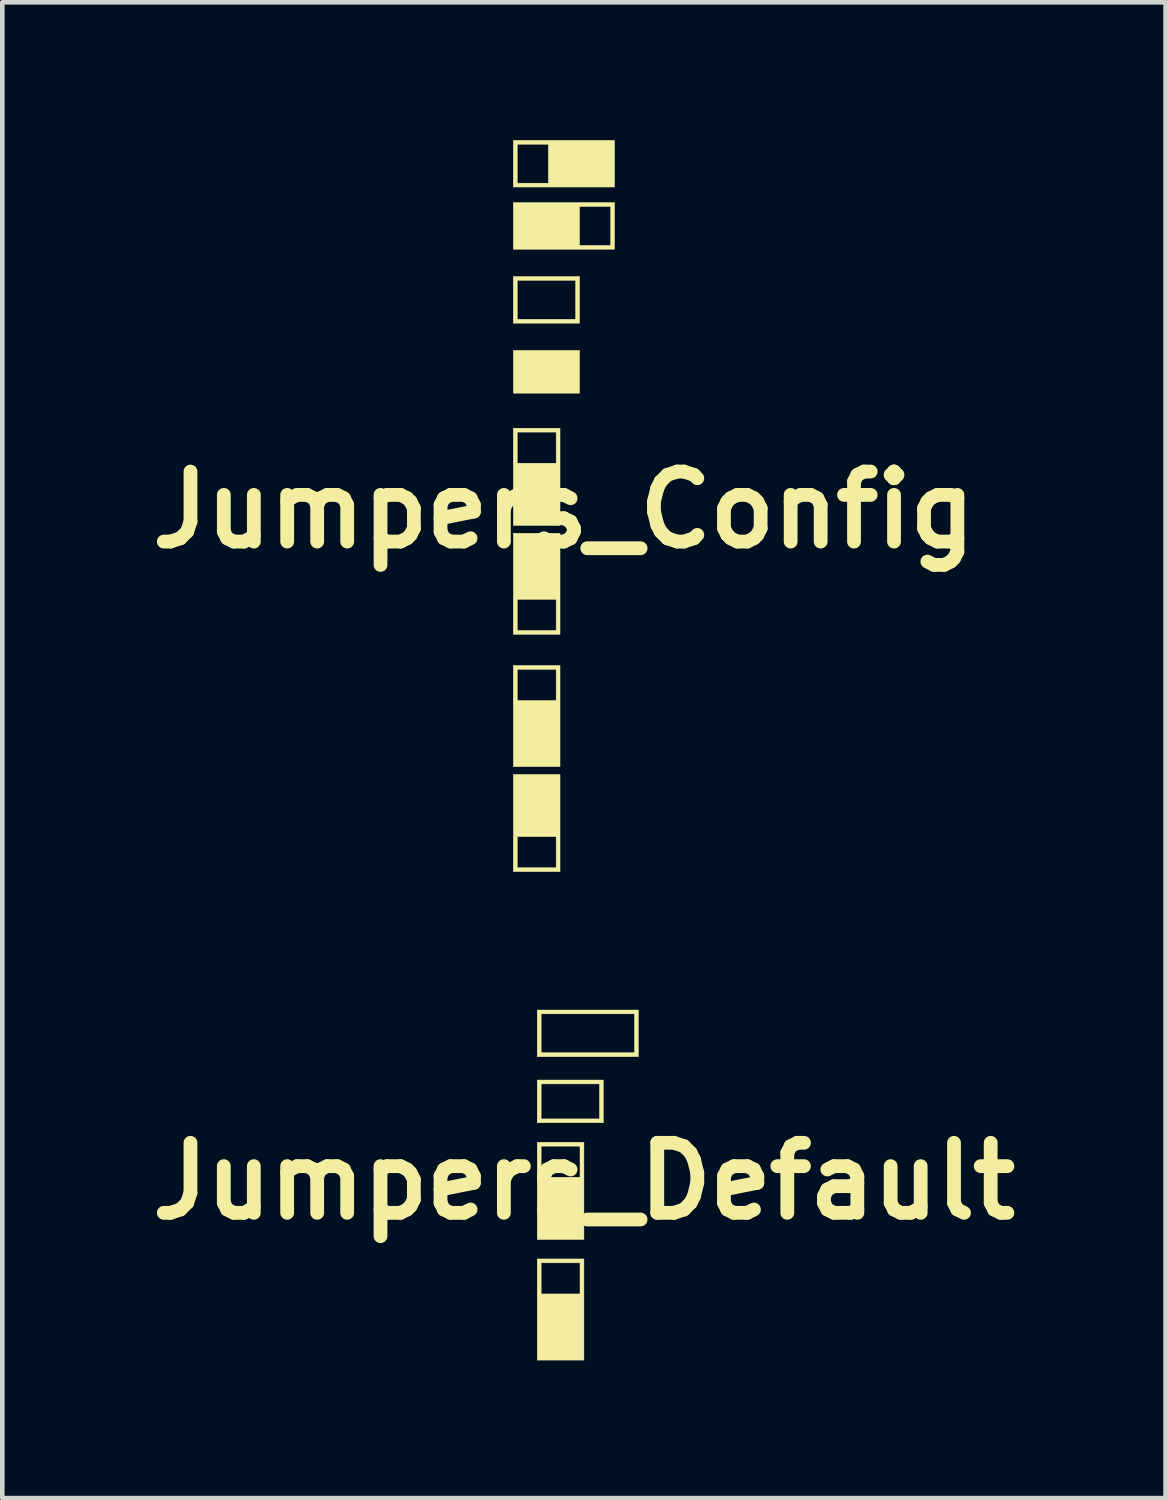
<source format=kicad_pcb>
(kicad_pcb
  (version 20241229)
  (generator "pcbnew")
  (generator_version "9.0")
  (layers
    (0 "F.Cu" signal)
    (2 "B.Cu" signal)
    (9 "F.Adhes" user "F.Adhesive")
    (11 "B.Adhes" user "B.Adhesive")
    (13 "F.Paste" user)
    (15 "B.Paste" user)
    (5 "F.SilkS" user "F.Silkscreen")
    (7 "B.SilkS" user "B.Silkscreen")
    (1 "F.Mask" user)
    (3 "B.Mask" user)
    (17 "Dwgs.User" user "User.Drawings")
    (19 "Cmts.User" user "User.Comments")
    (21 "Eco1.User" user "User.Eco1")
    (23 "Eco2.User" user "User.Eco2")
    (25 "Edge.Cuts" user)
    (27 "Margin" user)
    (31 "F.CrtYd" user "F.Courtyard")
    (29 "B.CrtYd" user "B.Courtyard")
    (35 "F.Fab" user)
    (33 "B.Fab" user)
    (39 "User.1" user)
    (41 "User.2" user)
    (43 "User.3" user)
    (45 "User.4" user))
  (footprint "Jumpers_Config"
    (layer "F.Cu")
    (at 9.224 8.048)
    (property "Reference" "Jumpers_Config" (at 0 0 0) (layer "F.SilkS") (effects (font (size 1.524 1.524) (thickness 0.3))))
    (attr through_hole)
    (fp_poly (pts (xy 0.339 -2.54) (xy -1.101 -2.54) (xy -1.101 -3.471) (xy 0.339 -3.471) (xy 0.339 -2.54)) (stroke (width 0.01) (type solid)) (fill yes) (layer "F.SilkS"))
    (fp_poly (pts (xy -0.085 0.339) (xy -1.101 0.339) (xy -1.101 -1.693) (xy -1.016 -1.693) (xy -1.016 -1.016) (xy -0.169 -1.016) (xy -0.169 -1.693) (xy -1.016 -1.693) (xy -1.101 -1.693) (xy -1.101 -1.778) (xy -0.085 -1.778) (xy -0.085 0.339)) (stroke (width 0.01) (type solid)) (fill yes) (layer "F.SilkS"))
    (fp_poly (pts (xy -0.085 2.709) (xy -1.101 2.709) (xy -1.101 1.947) (xy -1.016 1.947) (xy -1.016 2.625) (xy -0.169 2.625) (xy -0.169 1.947) (xy -1.016 1.947) (xy -1.101 1.947) (xy -1.101 0.508) (xy -0.085 0.508) (xy -0.085 2.709)) (stroke (width 0.01) (type solid)) (fill yes) (layer "F.SilkS"))
    (fp_poly (pts (xy -0.085 5.588) (xy -1.101 5.588) (xy -1.101 3.471) (xy -1.016 3.471) (xy -1.016 4.149) (xy -0.169 4.149) (xy -0.169 3.471) (xy -1.016 3.471) (xy -1.101 3.471) (xy -1.101 3.387) (xy -0.085 3.387) (xy -0.085 5.588)) (stroke (width 0.01) (type solid)) (fill yes) (layer "F.SilkS"))
    (fp_poly (pts (xy -0.085 7.874) (xy -1.101 7.874) (xy -1.101 7.112) (xy -1.016 7.112) (xy -1.016 7.789) (xy -0.169 7.789) (xy -0.169 7.112) (xy -1.016 7.112) (xy -1.101 7.112) (xy -1.101 5.757) (xy -0.085 5.757) (xy -0.085 7.874)) (stroke (width 0.01) (type solid)) (fill yes) (layer "F.SilkS"))
    (fp_poly (pts (xy 0.339 -4.064) (xy -1.101 -4.064) (xy -1.101 -4.995) (xy -1.016 -4.995) (xy -1.016 -4.149) (xy 0.254 -4.149) (xy 0.254 -4.995) (xy -1.016 -4.995) (xy -1.101 -4.995) (xy -1.101 -5.08) (xy 0.339 -5.08) (xy 0.339 -4.064)) (stroke (width 0.01) (type solid)) (fill yes) (layer "F.SilkS"))
    (fp_poly (pts (xy 1.101 -7.027) (xy -1.101 -7.027) (xy -1.101 -7.959) (xy -1.016 -7.959) (xy -1.016 -7.112) (xy -0.339 -7.112) (xy -0.339 -7.959) (xy -1.016 -7.959) (xy -1.101 -7.959) (xy -1.101 -8.043) (xy 1.101 -8.043) (xy 1.101 -7.027)) (stroke (width 0.01) (type solid)) (fill yes) (layer "F.SilkS"))
    (fp_poly (pts (xy 1.101 -5.673) (xy -1.101 -5.673) (xy -1.101 -6.604) (xy 0.339 -6.604) (xy 0.339 -5.757) (xy 1.016 -5.757) (xy 1.016 -6.604) (xy 0.339 -6.604) (xy -1.101 -6.604) (xy -1.101 -6.689) (xy 1.101 -6.689) (xy 1.101 -5.673)) (stroke (width 0.01) (type solid)) (fill yes) (layer "F.SilkS")))
  (footprint "Jumpers_Default"
    (layer "F.Cu")
    (at 9.659 22.658)
    (property "Reference" "Jumpers_Default" (at 0 0 0) (layer "F.SilkS") (effects (font (size 1.524 1.524) (thickness 0.3))))
    (attr through_hole)
    (fp_poly (pts (xy 0 1.27) (xy -1.016 1.27) (xy -1.016 -0.762) (xy -0.931 -0.762) (xy -0.931 -0.085) (xy -0.085 -0.085) (xy -0.085 -0.762) (xy -0.931 -0.762) (xy -1.016 -0.762) (xy -1.016 -0.847) (xy 0 -0.847) (xy 0 1.27)) (stroke (width 0.01) (type solid)) (fill yes) (layer "F.SilkS"))
    (fp_poly (pts (xy 0 3.895) (xy -1.016 3.895) (xy -1.016 1.778) (xy -0.931 1.778) (xy -0.931 2.455) (xy -0.085 2.455) (xy -0.085 1.778) (xy -0.931 1.778) (xy -1.016 1.778) (xy -1.016 1.693) (xy 0 1.693) (xy 0 3.895)) (stroke (width 0.01) (type solid)) (fill yes) (layer "F.SilkS"))
    (fp_poly (pts (xy 0.423 -1.27) (xy -1.016 -1.27) (xy -1.016 -2.117) (xy -0.931 -2.117) (xy -0.931 -1.355) (xy 0.339 -1.355) (xy 0.339 -2.117) (xy -0.931 -2.117) (xy -1.016 -2.117) (xy -1.016 -2.201) (xy 0.423 -2.201) (xy 0.423 -1.27)) (stroke (width 0.01) (type solid)) (fill yes) (layer "F.SilkS"))
    (fp_poly (pts (xy 1.185 -2.709) (xy -1.016 -2.709) (xy -1.016 -3.641) (xy -0.931 -3.641) (xy -0.931 -2.794) (xy 1.101 -2.794) (xy 1.101 -3.641) (xy -0.931 -3.641) (xy -1.016 -3.641) (xy -1.016 -3.725) (xy 1.185 -3.725) (xy 1.185 -2.709)) (stroke (width 0.01) (type solid)) (fill yes) (layer "F.SilkS")))
  (gr_rect
    (start -3 -3)
    (end 22.319 29.557)
    (stroke (width 0.1) (type default))
    (fill no)
    (layer "Edge.Cuts")))
</source>
